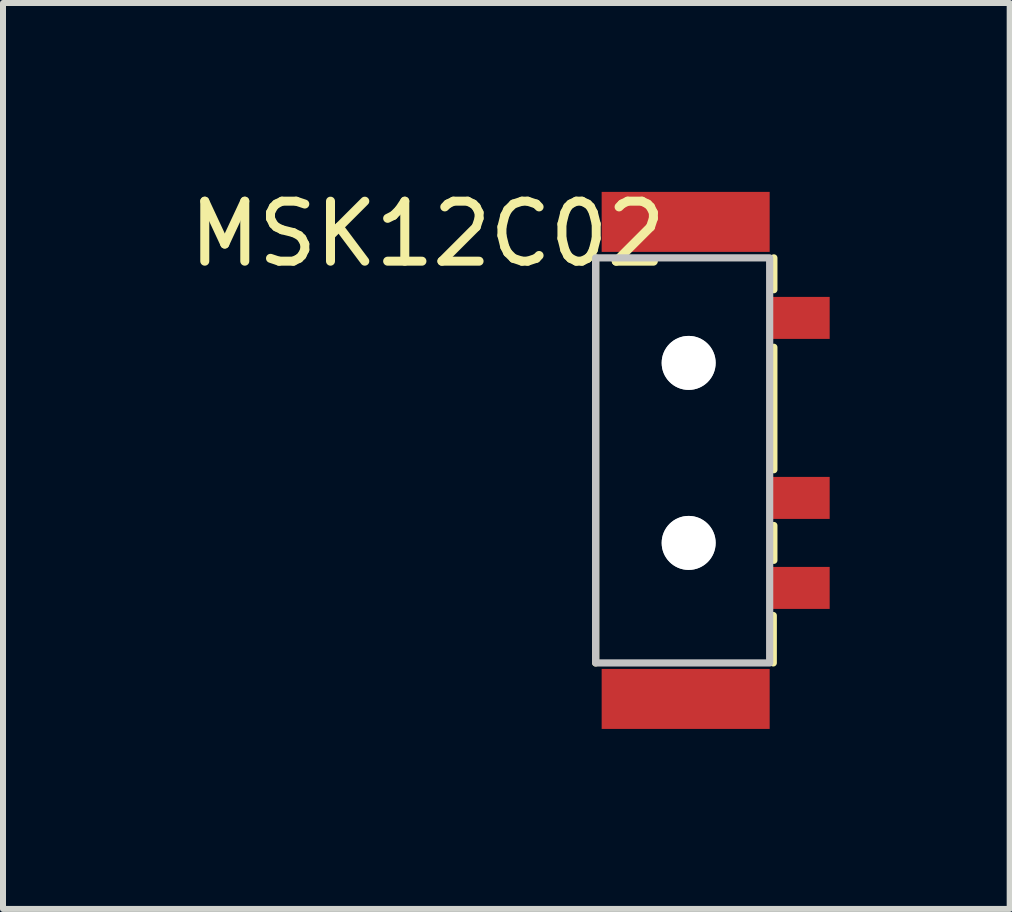
<source format=kicad_pcb>
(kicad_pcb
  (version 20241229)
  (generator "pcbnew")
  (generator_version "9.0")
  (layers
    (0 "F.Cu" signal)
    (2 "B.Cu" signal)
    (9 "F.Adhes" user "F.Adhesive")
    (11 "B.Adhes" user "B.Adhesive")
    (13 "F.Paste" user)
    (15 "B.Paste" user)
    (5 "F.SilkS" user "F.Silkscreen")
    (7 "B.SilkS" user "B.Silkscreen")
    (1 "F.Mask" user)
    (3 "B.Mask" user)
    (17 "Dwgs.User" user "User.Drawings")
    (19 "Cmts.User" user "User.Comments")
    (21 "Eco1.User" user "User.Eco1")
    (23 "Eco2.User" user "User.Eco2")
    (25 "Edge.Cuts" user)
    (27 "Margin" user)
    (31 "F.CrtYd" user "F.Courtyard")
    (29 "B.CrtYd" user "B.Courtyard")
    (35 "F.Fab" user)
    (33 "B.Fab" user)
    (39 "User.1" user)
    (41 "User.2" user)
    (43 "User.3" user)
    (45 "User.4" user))
  (footprint "MSK12C02"
    (layer "F.Cu")
    (at 7.077 0.748)
    (property "Reference" "MSK12C02" (at -3 0.1 0) (layer "F.SilkS") (effects (font (size 1 1) (thickness 0.15))))
    (attr through_hole)
    (fp_line (start -0.2 7.25) (end -0.2 0.5) (stroke (width 0.12) (type solid)) (layer "F.SilkS"))
    (fp_line (start 2.76 6.46) (end 2.76 7.25) (stroke (width 0.12) (type solid)) (layer "F.SilkS"))
    (fp_line (start 2.77 1.03) (end 2.77 0.5) (stroke (width 0.12) (type solid)) (layer "F.SilkS"))
    (fp_line (start 2.77 1.99) (end 2.77 4.03) (stroke (width 0.12) (type solid)) (layer "F.SilkS"))
    (fp_line (start 2.77 4.96) (end 2.77 5.54) (stroke (width 0.12) (type solid)) (layer "F.SilkS"))
    (fp_rect (start -0.2 0.5) (end 2.7 7.25) (stroke (width 0.12) (type solid)) (fill no) (layer "Dwgs.User"))
    (pad "" np_thru_hole circle (at 1.35 2.25) (size 0.9 0.9) (drill 0.9) (layers "Dwgs.User"))
    (pad "" np_thru_hole circle (at 1.35 5.25) (size 0.9 0.9) (drill 0.9) (layers "Dwgs.User"))
    (pad "1" smd rect (at 3.2 1.5 90) (size 0.7 1) (layers "F.Cu" "F.Mask" "F.Paste"))
    (pad "2" smd rect (at 3.2 4.5 90) (size 0.7 1) (layers "F.Cu" "F.Mask" "F.Paste"))
    (pad "3" smd rect (at 3.2 6 90) (size 0.7 1) (layers "F.Cu" "F.Mask" "F.Paste"))
    (pad "NC" smd rect (at 1.3 -0.1) (size 2.8 1) (layers "F.Cu" "F.Mask" "F.Paste"))
    (pad "NC" smd rect (at 1.3 7.85) (size 2.8 1) (layers "F.Cu" "F.Mask" "F.Paste")))
  (gr_rect
    (start -3 -3)
    (end 13.777 12.098)
    (stroke (width 0.1) (type default))
    (fill no)
    (layer "Edge.Cuts")))
</source>
